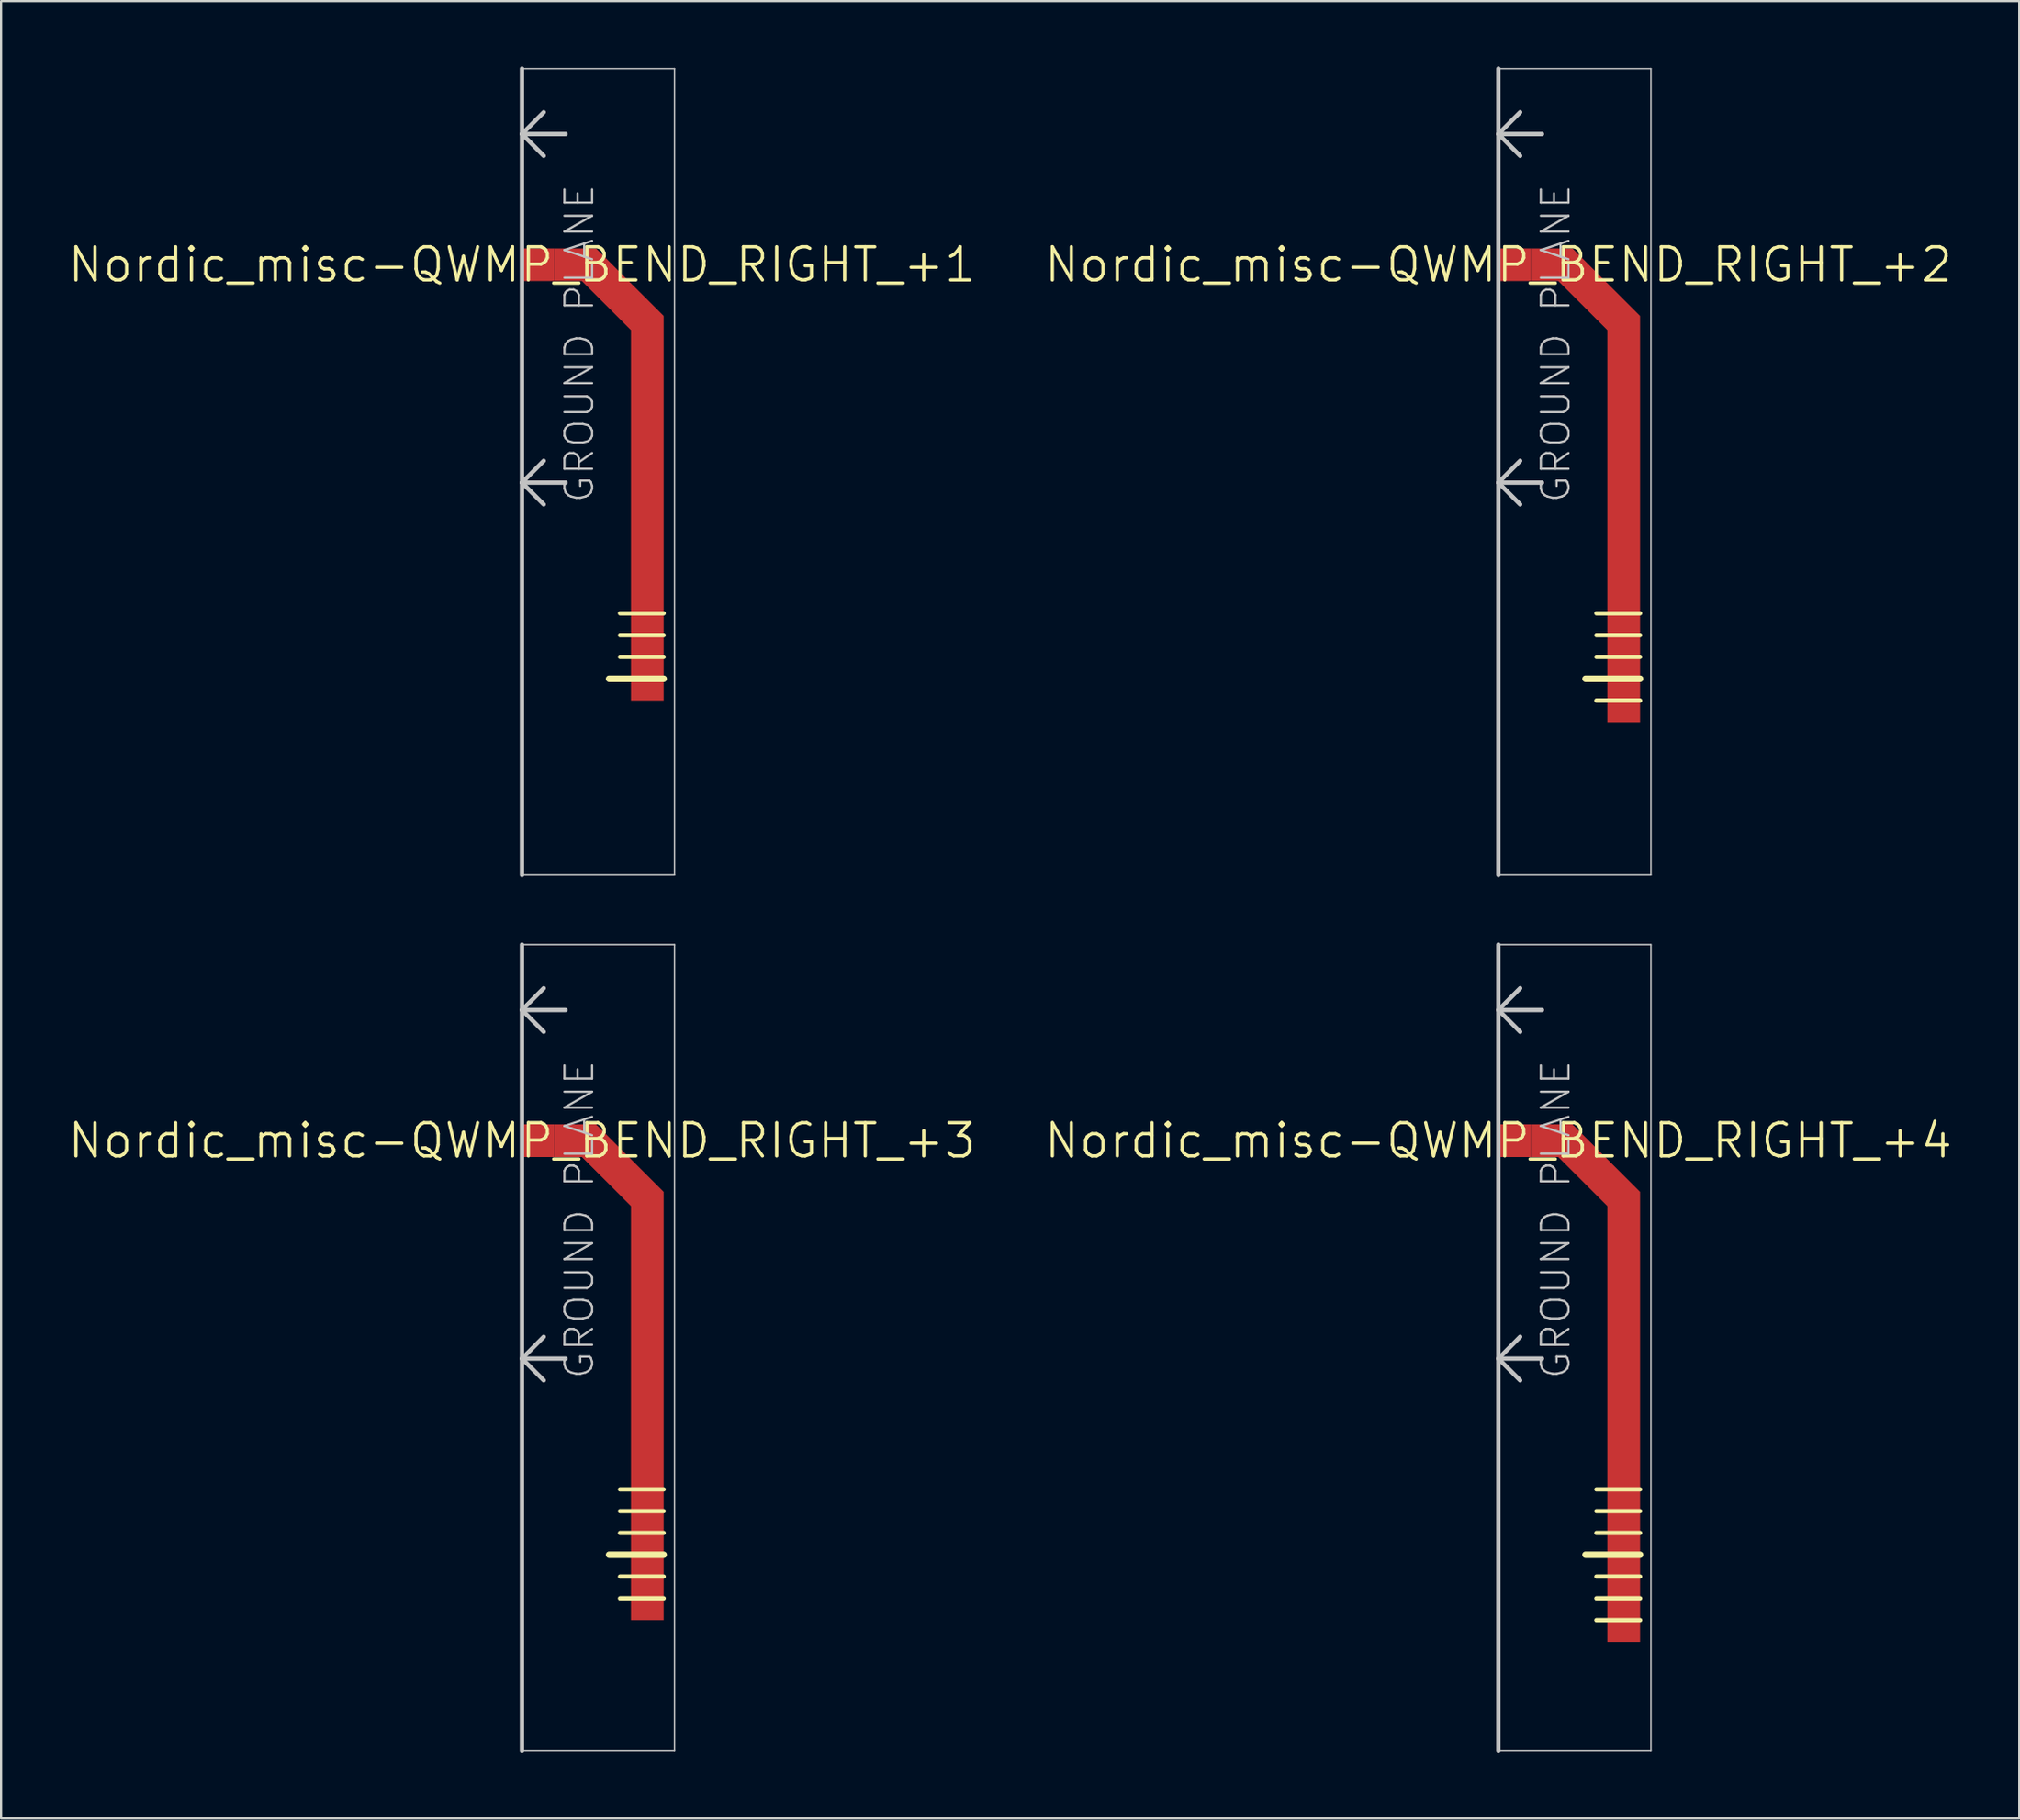
<source format=kicad_pcb>
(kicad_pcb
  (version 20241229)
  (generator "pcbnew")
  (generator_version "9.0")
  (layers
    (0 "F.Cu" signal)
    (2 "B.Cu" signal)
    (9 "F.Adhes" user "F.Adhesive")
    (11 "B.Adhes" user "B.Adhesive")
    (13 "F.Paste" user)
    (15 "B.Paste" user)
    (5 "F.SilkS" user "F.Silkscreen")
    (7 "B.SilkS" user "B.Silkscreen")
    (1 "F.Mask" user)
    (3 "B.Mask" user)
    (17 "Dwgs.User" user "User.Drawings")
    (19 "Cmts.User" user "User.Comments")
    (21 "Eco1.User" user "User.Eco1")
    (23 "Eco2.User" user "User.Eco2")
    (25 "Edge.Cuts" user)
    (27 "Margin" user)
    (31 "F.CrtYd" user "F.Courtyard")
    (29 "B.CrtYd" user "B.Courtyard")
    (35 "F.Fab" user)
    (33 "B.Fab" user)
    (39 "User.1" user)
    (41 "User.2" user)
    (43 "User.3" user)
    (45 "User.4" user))
  (footprint "Nordic_misc-QWMP_BEND_RIGHT_+4"
    (layer "F.Cu")
    (at 65.702 49.294)
    (property "Reference" "Nordic_misc-QWMP_BEND_RIGHT_+4" (at 0 0 0) (layer "F.SilkS") (effects (font (size 1.524 1.524) (thickness 0.15))))
    (attr smd)
    (fp_poly (pts (xy 1.499 0.749) (xy 2.748 0.749) (xy 4.999 3) (xy 4.999 23) (xy 6.5 23) (xy 6.5 2.349) (xy 3.399 -0.749) (xy 1.499 -0.749) (xy 1.499 0.749)) (stroke (width 0) (type solid)) (fill yes) (layer "F.Cu"))
    (fp_line (start 4.498 15.999) (end 6.5 15.999) (stroke (width 0.198) (type solid)) (layer "F.SilkS"))
    (fp_line (start 4.498 16.998) (end 6.5 16.998) (stroke (width 0.198) (type solid)) (layer "F.SilkS"))
    (fp_line (start 4.498 17.998) (end 6.5 17.998) (stroke (width 0.198) (type solid)) (layer "F.SilkS"))
    (fp_line (start 4.498 20) (end 6.5 20) (stroke (width 0.198) (type solid)) (layer "F.SilkS"))
    (fp_line (start 4.498 20.998) (end 6.5 20.998) (stroke (width 0.198) (type solid)) (layer "F.SilkS"))
    (fp_line (start 4.498 21.999) (end 6.5 21.999) (stroke (width 0.198) (type solid)) (layer "F.SilkS"))
    (fp_line (start 6.5 18.999) (end 3.998 18.999) (stroke (width 0.3) (type solid)) (layer "F.SilkS"))
    (fp_line (start 0 -8.999) (end 6.998 -8.999) (stroke (width 0.066) (type solid)) (layer "Dwgs.User"))
    (fp_line (start 0 -5.999) (end 0 -8.999) (stroke (width 0.198) (type solid)) (layer "Dwgs.User"))
    (fp_line (start 0 -5.999) (end 0.998 -6.998) (stroke (width 0.198) (type solid)) (layer "Dwgs.User"))
    (fp_line (start 0 -5.999) (end 0.998 -4.999) (stroke (width 0.198) (type solid)) (layer "Dwgs.User"))
    (fp_line (start 0 -5.999) (end 1.999 -5.999) (stroke (width 0.198) (type solid)) (layer "Dwgs.User"))
    (fp_line (start 0 10) (end 0 -5.999) (stroke (width 0.198) (type solid)) (layer "Dwgs.User"))
    (fp_line (start 0 10) (end 0.998 8.999) (stroke (width 0.198) (type solid)) (layer "Dwgs.User"))
    (fp_line (start 0 10) (end 0.998 10.998) (stroke (width 0.198) (type solid)) (layer "Dwgs.User"))
    (fp_line (start 0 10) (end 1.999 10) (stroke (width 0.198) (type solid)) (layer "Dwgs.User"))
    (fp_line (start 0 27.998) (end 0 -8.999) (stroke (width 0.066) (type solid)) (layer "Dwgs.User"))
    (fp_line (start 0 27.998) (end 0 10) (stroke (width 0.198) (type solid)) (layer "Dwgs.User"))
    (fp_line (start 0 27.998) (end 6.998 27.998) (stroke (width 0.066) (type solid)) (layer "Dwgs.User"))
    (fp_line (start 6.998 27.998) (end 6.998 -8.999) (stroke (width 0.066) (type solid)) (layer "Dwgs.User"))
    (fp_text user "GROUND PLANE" (at 2.634 3.619 270) (layer "Dwgs.User") (effects (font (size 1.27 1.27) (thickness 0.102))))
    (pad "P$1" smd rect (at 0.749 0) (size 1.499 1.499) (layers "F.Cu" "F.Mask" "F.Paste")))
  (footprint "Nordic_misc-QWMP_BEND_RIGHT_+3"
    (layer "F.Cu")
    (at 20.901 49.294)
    (property "Reference" "Nordic_misc-QWMP_BEND_RIGHT_+3" (at 0 0 0) (layer "F.SilkS") (effects (font (size 1.524 1.524) (thickness 0.15))))
    (attr smd)
    (fp_poly (pts (xy 1.499 0.749) (xy 2.748 0.749) (xy 4.999 3) (xy 4.999 21.999) (xy 6.5 21.999) (xy 6.5 2.349) (xy 3.399 -0.749) (xy 1.499 -0.749) (xy 1.499 0.749)) (stroke (width 0) (type solid)) (fill yes) (layer "F.Cu"))
    (fp_line (start 4.498 15.999) (end 6.5 15.999) (stroke (width 0.198) (type solid)) (layer "F.SilkS"))
    (fp_line (start 4.498 16.998) (end 6.5 16.998) (stroke (width 0.198) (type solid)) (layer "F.SilkS"))
    (fp_line (start 4.498 17.998) (end 6.5 17.998) (stroke (width 0.198) (type solid)) (layer "F.SilkS"))
    (fp_line (start 4.498 20) (end 6.5 20) (stroke (width 0.198) (type solid)) (layer "F.SilkS"))
    (fp_line (start 4.498 20.998) (end 6.5 20.998) (stroke (width 0.198) (type solid)) (layer "F.SilkS"))
    (fp_line (start 6.5 18.999) (end 3.998 18.999) (stroke (width 0.3) (type solid)) (layer "F.SilkS"))
    (fp_line (start 0 -8.999) (end 6.998 -8.999) (stroke (width 0.066) (type solid)) (layer "Dwgs.User"))
    (fp_line (start 0 -5.999) (end 0 -8.999) (stroke (width 0.198) (type solid)) (layer "Dwgs.User"))
    (fp_line (start 0 -5.999) (end 0.998 -6.998) (stroke (width 0.198) (type solid)) (layer "Dwgs.User"))
    (fp_line (start 0 -5.999) (end 0.998 -4.999) (stroke (width 0.198) (type solid)) (layer "Dwgs.User"))
    (fp_line (start 0 -5.999) (end 1.999 -5.999) (stroke (width 0.198) (type solid)) (layer "Dwgs.User"))
    (fp_line (start 0 10) (end 0 -5.999) (stroke (width 0.198) (type solid)) (layer "Dwgs.User"))
    (fp_line (start 0 10) (end 0.998 8.999) (stroke (width 0.198) (type solid)) (layer "Dwgs.User"))
    (fp_line (start 0 10) (end 0.998 10.998) (stroke (width 0.198) (type solid)) (layer "Dwgs.User"))
    (fp_line (start 0 10) (end 1.999 10) (stroke (width 0.198) (type solid)) (layer "Dwgs.User"))
    (fp_line (start 0 27.998) (end 0 -8.999) (stroke (width 0.066) (type solid)) (layer "Dwgs.User"))
    (fp_line (start 0 27.998) (end 0 10) (stroke (width 0.198) (type solid)) (layer "Dwgs.User"))
    (fp_line (start 0 27.998) (end 6.998 27.998) (stroke (width 0.066) (type solid)) (layer "Dwgs.User"))
    (fp_line (start 6.998 27.998) (end 6.998 -8.999) (stroke (width 0.066) (type solid)) (layer "Dwgs.User"))
    (fp_text user "GROUND PLANE" (at 2.634 3.619 270) (layer "Dwgs.User") (effects (font (size 1.27 1.27) (thickness 0.102))))
    (pad "P$1" smd rect (at 0.749 0) (size 1.499 1.499) (layers "F.Cu" "F.Mask" "F.Paste")))
  (footprint "Nordic_misc-QWMP_BEND_RIGHT_+1"
    (layer "F.Cu")
    (at 20.901 9.098)
    (property "Reference" "Nordic_misc-QWMP_BEND_RIGHT_+1" (at 0 0 0) (layer "F.SilkS") (effects (font (size 1.524 1.524) (thickness 0.15))))
    (attr smd)
    (fp_poly (pts (xy 1.499 0.749) (xy 2.748 0.749) (xy 4.999 3) (xy 4.999 20) (xy 6.5 20) (xy 6.5 2.349) (xy 3.399 -0.749) (xy 1.499 -0.749) (xy 1.499 0.749)) (stroke (width 0) (type solid)) (fill yes) (layer "F.Cu"))
    (fp_line (start 4.498 15.999) (end 6.5 15.999) (stroke (width 0.198) (type solid)) (layer "F.SilkS"))
    (fp_line (start 4.498 16.998) (end 6.5 16.998) (stroke (width 0.198) (type solid)) (layer "F.SilkS"))
    (fp_line (start 4.498 17.998) (end 6.5 17.998) (stroke (width 0.198) (type solid)) (layer "F.SilkS"))
    (fp_line (start 6.5 18.999) (end 3.998 18.999) (stroke (width 0.3) (type solid)) (layer "F.SilkS"))
    (fp_line (start 0 -8.999) (end 6.998 -8.999) (stroke (width 0.066) (type solid)) (layer "Dwgs.User"))
    (fp_line (start 0 -5.999) (end 0 -8.999) (stroke (width 0.198) (type solid)) (layer "Dwgs.User"))
    (fp_line (start 0 -5.999) (end 0.998 -6.998) (stroke (width 0.198) (type solid)) (layer "Dwgs.User"))
    (fp_line (start 0 -5.999) (end 0.998 -4.999) (stroke (width 0.198) (type solid)) (layer "Dwgs.User"))
    (fp_line (start 0 -5.999) (end 1.999 -5.999) (stroke (width 0.198) (type solid)) (layer "Dwgs.User"))
    (fp_line (start 0 10) (end 0 -5.999) (stroke (width 0.198) (type solid)) (layer "Dwgs.User"))
    (fp_line (start 0 10) (end 0.998 8.999) (stroke (width 0.198) (type solid)) (layer "Dwgs.User"))
    (fp_line (start 0 10) (end 0.998 10.998) (stroke (width 0.198) (type solid)) (layer "Dwgs.User"))
    (fp_line (start 0 10) (end 1.999 10) (stroke (width 0.198) (type solid)) (layer "Dwgs.User"))
    (fp_line (start 0 27.998) (end 0 -8.999) (stroke (width 0.066) (type solid)) (layer "Dwgs.User"))
    (fp_line (start 0 27.998) (end 0 10) (stroke (width 0.198) (type solid)) (layer "Dwgs.User"))
    (fp_line (start 0 27.998) (end 6.998 27.998) (stroke (width 0.066) (type solid)) (layer "Dwgs.User"))
    (fp_line (start 6.998 27.998) (end 6.998 -8.999) (stroke (width 0.066) (type solid)) (layer "Dwgs.User"))
    (fp_text user "GROUND PLANE" (at 2.634 3.619 270) (layer "Dwgs.User") (effects (font (size 1.27 1.27) (thickness 0.102))))
    (pad "P$1" smd rect (at 0.749 0) (size 1.499 1.499) (layers "F.Cu" "F.Mask" "F.Paste")))
  (footprint "Nordic_misc-QWMP_BEND_RIGHT_+2"
    (layer "F.Cu")
    (at 65.702 9.098)
    (property "Reference" "Nordic_misc-QWMP_BEND_RIGHT_+2" (at 0 0 0) (layer "F.SilkS") (effects (font (size 1.524 1.524) (thickness 0.15))))
    (attr smd)
    (fp_poly (pts (xy 1.499 0.749) (xy 2.748 0.749) (xy 4.999 3) (xy 4.999 20.998) (xy 6.5 20.998) (xy 6.5 2.349) (xy 3.399 -0.749) (xy 1.499 -0.749) (xy 1.499 0.749)) (stroke (width 0) (type solid)) (fill yes) (layer "F.Cu"))
    (fp_line (start 4.498 15.999) (end 6.5 15.999) (stroke (width 0.198) (type solid)) (layer "F.SilkS"))
    (fp_line (start 4.498 16.998) (end 6.5 16.998) (stroke (width 0.198) (type solid)) (layer "F.SilkS"))
    (fp_line (start 4.498 17.998) (end 6.5 17.998) (stroke (width 0.198) (type solid)) (layer "F.SilkS"))
    (fp_line (start 4.498 20) (end 6.5 20) (stroke (width 0.198) (type solid)) (layer "F.SilkS"))
    (fp_line (start 6.5 18.999) (end 3.998 18.999) (stroke (width 0.3) (type solid)) (layer "F.SilkS"))
    (fp_line (start 0 -8.999) (end 6.998 -8.999) (stroke (width 0.066) (type solid)) (layer "Dwgs.User"))
    (fp_line (start 0 -5.999) (end 0 -8.999) (stroke (width 0.198) (type solid)) (layer "Dwgs.User"))
    (fp_line (start 0 -5.999) (end 0.998 -6.998) (stroke (width 0.198) (type solid)) (layer "Dwgs.User"))
    (fp_line (start 0 -5.999) (end 0.998 -4.999) (stroke (width 0.198) (type solid)) (layer "Dwgs.User"))
    (fp_line (start 0 -5.999) (end 1.999 -5.999) (stroke (width 0.198) (type solid)) (layer "Dwgs.User"))
    (fp_line (start 0 10) (end 0 -5.999) (stroke (width 0.198) (type solid)) (layer "Dwgs.User"))
    (fp_line (start 0 10) (end 0.998 8.999) (stroke (width 0.198) (type solid)) (layer "Dwgs.User"))
    (fp_line (start 0 10) (end 0.998 10.998) (stroke (width 0.198) (type solid)) (layer "Dwgs.User"))
    (fp_line (start 0 10) (end 1.999 10) (stroke (width 0.198) (type solid)) (layer "Dwgs.User"))
    (fp_line (start 0 27.998) (end 0 -8.999) (stroke (width 0.066) (type solid)) (layer "Dwgs.User"))
    (fp_line (start 0 27.998) (end 0 10) (stroke (width 0.198) (type solid)) (layer "Dwgs.User"))
    (fp_line (start 0 27.998) (end 6.998 27.998) (stroke (width 0.066) (type solid)) (layer "Dwgs.User"))
    (fp_line (start 6.998 27.998) (end 6.998 -8.999) (stroke (width 0.066) (type solid)) (layer "Dwgs.User"))
    (fp_text user "GROUND PLANE" (at 2.634 3.619 270) (layer "Dwgs.User") (effects (font (size 1.27 1.27) (thickness 0.102))))
    (pad "P$1" smd rect (at 0.749 0) (size 1.499 1.499) (layers "F.Cu" "F.Mask" "F.Paste")))
  (gr_rect
    (start -3 -3)
    (end 89.602 80.392)
    (stroke (width 0.1) (type default))
    (fill no)
    (layer "Edge.Cuts")))
</source>
